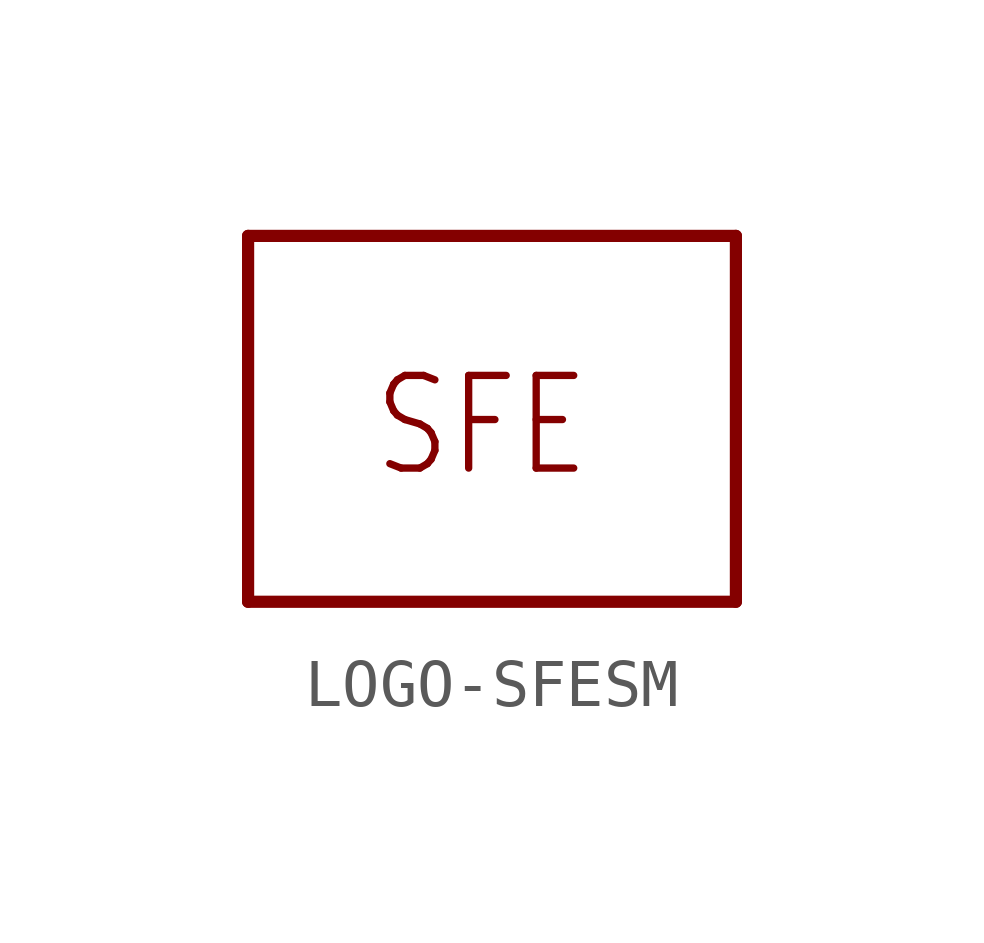
<source format=kicad_sym>
(kicad_symbol_lib
  (version 20211014)
  (generator kicad_symbol_editor)
  (symbol "LOGO-SFESM"
    (property "Reference" "JP"
      (at 0 0 0)
      (effects (font (size 1.27 1.27)) hide))
    (property "ki_locked" ""
      (at 0 0 0)
      (effects (font (size 1.27 1.27))))
    (symbol "LOGO-SFESM_1_0"
      (polyline (pts (xy -2.54 -2.54) (xy 7.62 -2.54)) (stroke (width 0.254) (type default) (color 0 0 0 0)) (fill (type none)))
      (polyline (pts (xy -2.54 5.08) (xy -2.54 -2.54)) (stroke (width 0.254) (type default) (color 0 0 0 0)) (fill (type none)))
      (polyline (pts (xy 7.62 -2.54) (xy 7.62 5.08)) (stroke (width 0.254) (type default) (color 0 0 0 0)) (fill (type none)))
      (polyline (pts (xy 7.62 5.08) (xy -2.54 5.08)) (stroke (width 0.254) (type default) (color 0 0 0 0)) (fill (type none)))
      (text "SFE" (at 0 0 0) (effects (font (size 1.93 1.641)) (justify left bottom))))))
</source>
